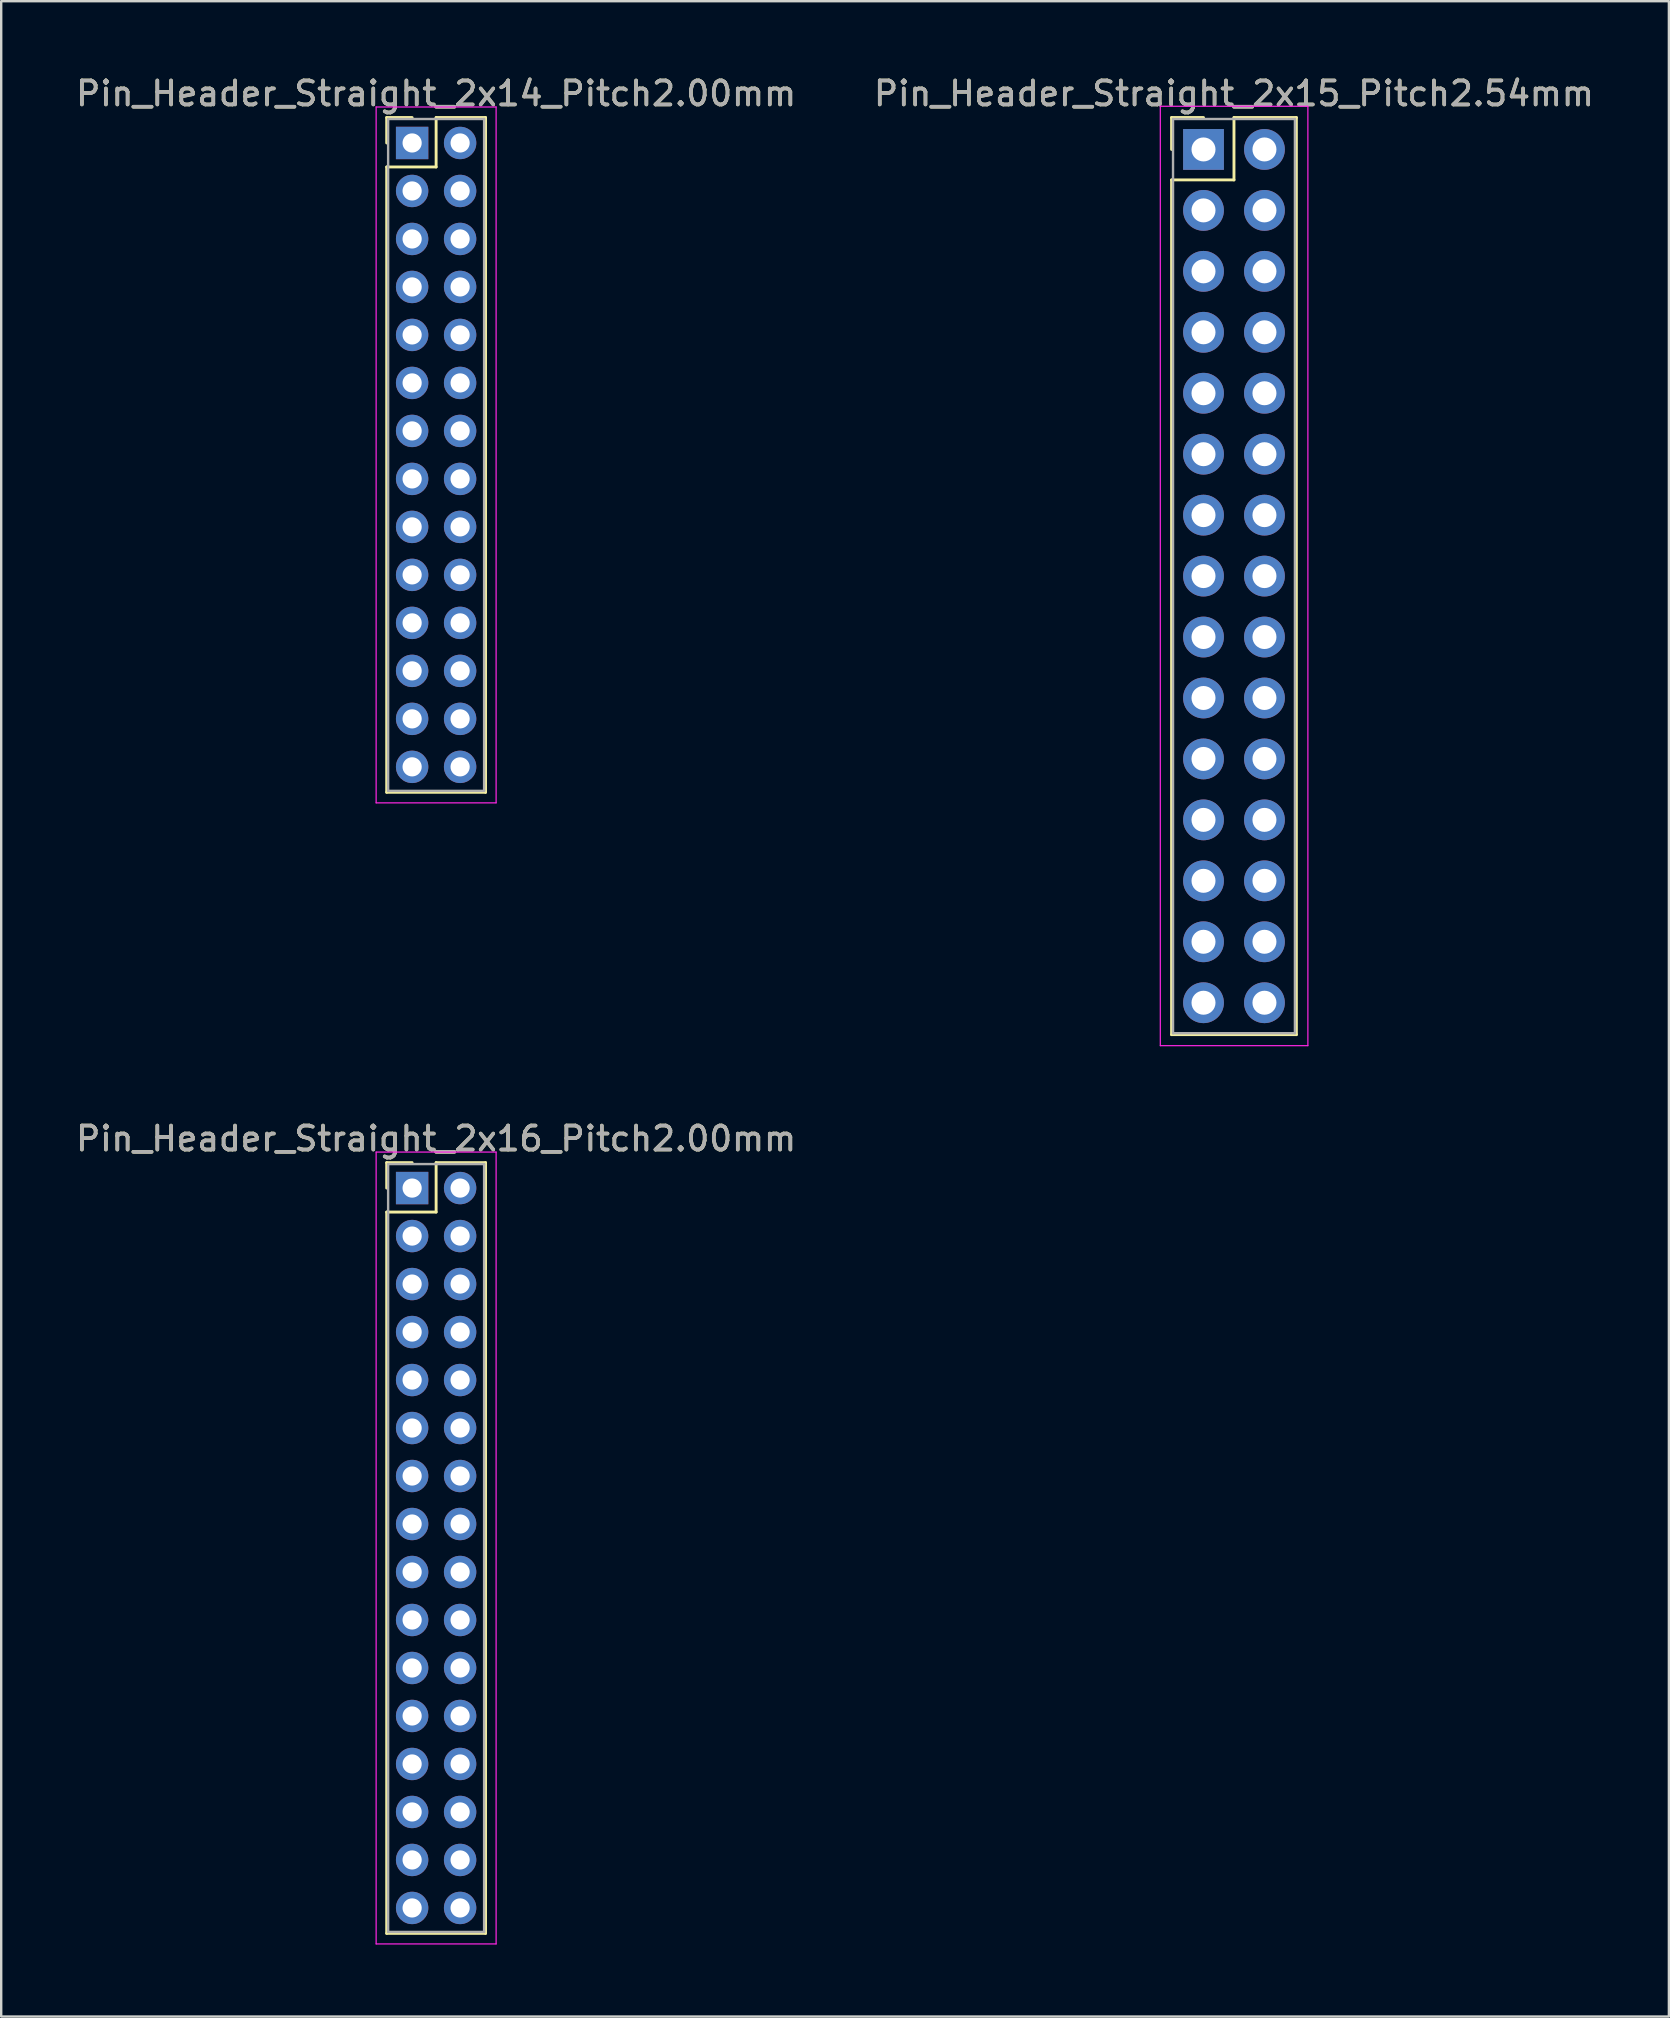
<source format=kicad_pcb>
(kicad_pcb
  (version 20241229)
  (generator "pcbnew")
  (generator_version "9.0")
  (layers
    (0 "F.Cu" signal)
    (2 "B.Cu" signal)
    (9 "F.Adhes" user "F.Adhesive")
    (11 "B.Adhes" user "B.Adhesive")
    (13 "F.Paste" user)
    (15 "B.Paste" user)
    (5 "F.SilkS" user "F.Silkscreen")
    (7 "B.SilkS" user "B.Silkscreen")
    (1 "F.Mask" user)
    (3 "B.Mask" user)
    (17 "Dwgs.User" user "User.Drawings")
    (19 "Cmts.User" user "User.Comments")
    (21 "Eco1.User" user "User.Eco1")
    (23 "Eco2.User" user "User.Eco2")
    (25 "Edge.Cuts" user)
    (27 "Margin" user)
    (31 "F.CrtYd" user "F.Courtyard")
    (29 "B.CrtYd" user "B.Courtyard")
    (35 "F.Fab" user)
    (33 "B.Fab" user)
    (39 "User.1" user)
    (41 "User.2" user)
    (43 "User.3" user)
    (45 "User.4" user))
  (footprint "Pin_Header_Straight_2x14_Pitch2.00mm"
    (layer "F.Cu")
    (at 14.125 2.908)
    (property "Reference" "Pin_Header_Straight_2x14_Pitch2.00mm" (at 1 -2.06 0) (layer "F.SilkS") (effects (font (size 1 1) (thickness 0.15))))
    (attr through_hole)
    (fp_line (start -1.06 -1.06) (end 0 -1.06) (stroke (width 0.12) (type solid)) (layer "F.SilkS"))
    (fp_line (start -1.06 0) (end -1.06 -1.06) (stroke (width 0.12) (type solid)) (layer "F.SilkS"))
    (fp_line (start -1.06 1) (end -1.06 27.06) (stroke (width 0.12) (type solid)) (layer "F.SilkS"))
    (fp_line (start -1.06 27.06) (end 3.06 27.06) (stroke (width 0.12) (type solid)) (layer "F.SilkS"))
    (fp_line (start 1 -1.06) (end 1 1) (stroke (width 0.12) (type solid)) (layer "F.SilkS"))
    (fp_line (start 1 1) (end -1.06 1) (stroke (width 0.12) (type solid)) (layer "F.SilkS"))
    (fp_line (start 3.06 -1.06) (end 1 -1.06) (stroke (width 0.12) (type solid)) (layer "F.SilkS"))
    (fp_line (start 3.06 27.06) (end 3.06 -1.06) (stroke (width 0.12) (type solid)) (layer "F.SilkS"))
    (fp_line (start -1.5 -1.5) (end -1.5 27.5) (stroke (width 0.05) (type solid)) (layer "F.CrtYd"))
    (fp_line (start -1.5 27.5) (end 3.5 27.5) (stroke (width 0.05) (type solid)) (layer "F.CrtYd"))
    (fp_line (start 3.5 -1.5) (end -1.5 -1.5) (stroke (width 0.05) (type solid)) (layer "F.CrtYd"))
    (fp_line (start 3.5 27.5) (end 3.5 -1.5) (stroke (width 0.05) (type solid)) (layer "F.CrtYd"))
    (fp_line (start -1 -1) (end -1 27) (stroke (width 0.1) (type solid)) (layer "F.Fab"))
    (fp_line (start -1 27) (end 3 27) (stroke (width 0.1) (type solid)) (layer "F.Fab"))
    (fp_line (start 3 -1) (end -1 -1) (stroke (width 0.1) (type solid)) (layer "F.Fab"))
    (fp_line (start 3 27) (end 3 -1) (stroke (width 0.1) (type solid)) (layer "F.Fab"))
    (fp_text user "${REFERENCE}" (at 1 -2.06 0) (layer "F.Fab") (effects (font (size 1 1) (thickness 0.15))))
    (pad "1" thru_hole rect (at 0 0) (size 1.35 1.35) (drill 0.8) (layers "*.Cu" "*.Mask"))
    (pad "2" thru_hole oval (at 2 0) (size 1.35 1.35) (drill 0.8) (layers "*.Cu" "*.Mask"))
    (pad "3" thru_hole oval (at 0 2) (size 1.35 1.35) (drill 0.8) (layers "*.Cu" "*.Mask"))
    (pad "4" thru_hole oval (at 2 2) (size 1.35 1.35) (drill 0.8) (layers "*.Cu" "*.Mask"))
    (pad "5" thru_hole oval (at 0 4) (size 1.35 1.35) (drill 0.8) (layers "*.Cu" "*.Mask"))
    (pad "6" thru_hole oval (at 2 4) (size 1.35 1.35) (drill 0.8) (layers "*.Cu" "*.Mask"))
    (pad "7" thru_hole oval (at 0 6) (size 1.35 1.35) (drill 0.8) (layers "*.Cu" "*.Mask"))
    (pad "8" thru_hole oval (at 2 6) (size 1.35 1.35) (drill 0.8) (layers "*.Cu" "*.Mask"))
    (pad "9" thru_hole oval (at 0 8) (size 1.35 1.35) (drill 0.8) (layers "*.Cu" "*.Mask"))
    (pad "10" thru_hole oval (at 2 8) (size 1.35 1.35) (drill 0.8) (layers "*.Cu" "*.Mask"))
    (pad "11" thru_hole oval (at 0 10) (size 1.35 1.35) (drill 0.8) (layers "*.Cu" "*.Mask"))
    (pad "12" thru_hole oval (at 2 10) (size 1.35 1.35) (drill 0.8) (layers "*.Cu" "*.Mask"))
    (pad "13" thru_hole oval (at 0 12) (size 1.35 1.35) (drill 0.8) (layers "*.Cu" "*.Mask"))
    (pad "14" thru_hole oval (at 2 12) (size 1.35 1.35) (drill 0.8) (layers "*.Cu" "*.Mask"))
    (pad "15" thru_hole oval (at 0 14) (size 1.35 1.35) (drill 0.8) (layers "*.Cu" "*.Mask"))
    (pad "16" thru_hole oval (at 2 14) (size 1.35 1.35) (drill 0.8) (layers "*.Cu" "*.Mask"))
    (pad "17" thru_hole oval (at 0 16) (size 1.35 1.35) (drill 0.8) (layers "*.Cu" "*.Mask"))
    (pad "18" thru_hole oval (at 2 16) (size 1.35 1.35) (drill 0.8) (layers "*.Cu" "*.Mask"))
    (pad "19" thru_hole oval (at 0 18) (size 1.35 1.35) (drill 0.8) (layers "*.Cu" "*.Mask"))
    (pad "20" thru_hole oval (at 2 18) (size 1.35 1.35) (drill 0.8) (layers "*.Cu" "*.Mask"))
    (pad "21" thru_hole oval (at 0 20) (size 1.35 1.35) (drill 0.8) (layers "*.Cu" "*.Mask"))
    (pad "22" thru_hole oval (at 2 20) (size 1.35 1.35) (drill 0.8) (layers "*.Cu" "*.Mask"))
    (pad "23" thru_hole oval (at 0 22) (size 1.35 1.35) (drill 0.8) (layers "*.Cu" "*.Mask"))
    (pad "24" thru_hole oval (at 2 22) (size 1.35 1.35) (drill 0.8) (layers "*.Cu" "*.Mask"))
    (pad "25" thru_hole oval (at 0 24) (size 1.35 1.35) (drill 0.8) (layers "*.Cu" "*.Mask"))
    (pad "26" thru_hole oval (at 2 24) (size 1.35 1.35) (drill 0.8) (layers "*.Cu" "*.Mask"))
    (pad "27" thru_hole oval (at 0 26) (size 1.35 1.35) (drill 0.8) (layers "*.Cu" "*.Mask"))
    (pad "28" thru_hole oval (at 2 26) (size 1.35 1.35) (drill 0.8) (layers "*.Cu" "*.Mask")))
  (footprint "Pin_Header_Straight_2x15_Pitch2.54mm"
    (layer "F.Cu")
    (at 47.105 3.178)
    (property "Reference" "Pin_Header_Straight_2x15_Pitch2.54mm" (at 1.27 -2.33 0) (layer "F.SilkS") (effects (font (size 1 1) (thickness 0.15))))
    (attr through_hole)
    (fp_line (start -1.33 -1.33) (end 0 -1.33) (stroke (width 0.12) (type solid)) (layer "F.SilkS"))
    (fp_line (start -1.33 0) (end -1.33 -1.33) (stroke (width 0.12) (type solid)) (layer "F.SilkS"))
    (fp_line (start -1.33 1.27) (end -1.33 36.89) (stroke (width 0.12) (type solid)) (layer "F.SilkS"))
    (fp_line (start -1.33 36.89) (end 3.87 36.89) (stroke (width 0.12) (type solid)) (layer "F.SilkS"))
    (fp_line (start 1.27 -1.33) (end 1.27 1.27) (stroke (width 0.12) (type solid)) (layer "F.SilkS"))
    (fp_line (start 1.27 1.27) (end -1.33 1.27) (stroke (width 0.12) (type solid)) (layer "F.SilkS"))
    (fp_line (start 3.87 -1.33) (end 1.27 -1.33) (stroke (width 0.12) (type solid)) (layer "F.SilkS"))
    (fp_line (start 3.87 36.89) (end 3.87 -1.33) (stroke (width 0.12) (type solid)) (layer "F.SilkS"))
    (fp_line (start -1.8 -1.8) (end -1.8 37.35) (stroke (width 0.05) (type solid)) (layer "F.CrtYd"))
    (fp_line (start -1.8 37.35) (end 4.35 37.35) (stroke (width 0.05) (type solid)) (layer "F.CrtYd"))
    (fp_line (start 4.35 -1.8) (end -1.8 -1.8) (stroke (width 0.05) (type solid)) (layer "F.CrtYd"))
    (fp_line (start 4.35 37.35) (end 4.35 -1.8) (stroke (width 0.05) (type solid)) (layer "F.CrtYd"))
    (fp_line (start -1.27 -1.27) (end -1.27 36.83) (stroke (width 0.1) (type solid)) (layer "F.Fab"))
    (fp_line (start -1.27 36.83) (end 3.81 36.83) (stroke (width 0.1) (type solid)) (layer "F.Fab"))
    (fp_line (start 3.81 -1.27) (end -1.27 -1.27) (stroke (width 0.1) (type solid)) (layer "F.Fab"))
    (fp_line (start 3.81 36.83) (end 3.81 -1.27) (stroke (width 0.1) (type solid)) (layer "F.Fab"))
    (fp_text user "${REFERENCE}" (at 1.27 -2.33 0) (layer "F.Fab") (effects (font (size 1 1) (thickness 0.15))))
    (pad "1" thru_hole rect (at 0 0) (size 1.7 1.7) (drill 1) (layers "*.Cu" "*.Mask"))
    (pad "2" thru_hole oval (at 2.54 0) (size 1.7 1.7) (drill 1) (layers "*.Cu" "*.Mask"))
    (pad "3" thru_hole oval (at 0 2.54) (size 1.7 1.7) (drill 1) (layers "*.Cu" "*.Mask"))
    (pad "4" thru_hole oval (at 2.54 2.54) (size 1.7 1.7) (drill 1) (layers "*.Cu" "*.Mask"))
    (pad "5" thru_hole oval (at 0 5.08) (size 1.7 1.7) (drill 1) (layers "*.Cu" "*.Mask"))
    (pad "6" thru_hole oval (at 2.54 5.08) (size 1.7 1.7) (drill 1) (layers "*.Cu" "*.Mask"))
    (pad "7" thru_hole oval (at 0 7.62) (size 1.7 1.7) (drill 1) (layers "*.Cu" "*.Mask"))
    (pad "8" thru_hole oval (at 2.54 7.62) (size 1.7 1.7) (drill 1) (layers "*.Cu" "*.Mask"))
    (pad "9" thru_hole oval (at 0 10.16) (size 1.7 1.7) (drill 1) (layers "*.Cu" "*.Mask"))
    (pad "10" thru_hole oval (at 2.54 10.16) (size 1.7 1.7) (drill 1) (layers "*.Cu" "*.Mask"))
    (pad "11" thru_hole oval (at 0 12.7) (size 1.7 1.7) (drill 1) (layers "*.Cu" "*.Mask"))
    (pad "12" thru_hole oval (at 2.54 12.7) (size 1.7 1.7) (drill 1) (layers "*.Cu" "*.Mask"))
    (pad "13" thru_hole oval (at 0 15.24) (size 1.7 1.7) (drill 1) (layers "*.Cu" "*.Mask"))
    (pad "14" thru_hole oval (at 2.54 15.24) (size 1.7 1.7) (drill 1) (layers "*.Cu" "*.Mask"))
    (pad "15" thru_hole oval (at 0 17.78) (size 1.7 1.7) (drill 1) (layers "*.Cu" "*.Mask"))
    (pad "16" thru_hole oval (at 2.54 17.78) (size 1.7 1.7) (drill 1) (layers "*.Cu" "*.Mask"))
    (pad "17" thru_hole oval (at 0 20.32) (size 1.7 1.7) (drill 1) (layers "*.Cu" "*.Mask"))
    (pad "18" thru_hole oval (at 2.54 20.32) (size 1.7 1.7) (drill 1) (layers "*.Cu" "*.Mask"))
    (pad "19" thru_hole oval (at 0 22.86) (size 1.7 1.7) (drill 1) (layers "*.Cu" "*.Mask"))
    (pad "20" thru_hole oval (at 2.54 22.86) (size 1.7 1.7) (drill 1) (layers "*.Cu" "*.Mask"))
    (pad "21" thru_hole oval (at 0 25.4) (size 1.7 1.7) (drill 1) (layers "*.Cu" "*.Mask"))
    (pad "22" thru_hole oval (at 2.54 25.4) (size 1.7 1.7) (drill 1) (layers "*.Cu" "*.Mask"))
    (pad "23" thru_hole oval (at 0 27.94) (size 1.7 1.7) (drill 1) (layers "*.Cu" "*.Mask"))
    (pad "24" thru_hole oval (at 2.54 27.94) (size 1.7 1.7) (drill 1) (layers "*.Cu" "*.Mask"))
    (pad "25" thru_hole oval (at 0 30.48) (size 1.7 1.7) (drill 1) (layers "*.Cu" "*.Mask"))
    (pad "26" thru_hole oval (at 2.54 30.48) (size 1.7 1.7) (drill 1) (layers "*.Cu" "*.Mask"))
    (pad "27" thru_hole oval (at 0 33.02) (size 1.7 1.7) (drill 1) (layers "*.Cu" "*.Mask"))
    (pad "28" thru_hole oval (at 2.54 33.02) (size 1.7 1.7) (drill 1) (layers "*.Cu" "*.Mask"))
    (pad "29" thru_hole oval (at 0 35.56) (size 1.7 1.7) (drill 1) (layers "*.Cu" "*.Mask"))
    (pad "30" thru_hole oval (at 2.54 35.56) (size 1.7 1.7) (drill 1) (layers "*.Cu" "*.Mask")))
  (footprint "Pin_Header_Straight_2x16_Pitch2.00mm"
    (layer "F.Cu")
    (at 14.125 46.462)
    (property "Reference" "Pin_Header_Straight_2x16_Pitch2.00mm" (at 1 -2.06 0) (layer "F.SilkS") (effects (font (size 1 1) (thickness 0.15))))
    (attr through_hole)
    (fp_line (start -1.06 -1.06) (end 0 -1.06) (stroke (width 0.12) (type solid)) (layer "F.SilkS"))
    (fp_line (start -1.06 0) (end -1.06 -1.06) (stroke (width 0.12) (type solid)) (layer "F.SilkS"))
    (fp_line (start -1.06 1) (end -1.06 31.06) (stroke (width 0.12) (type solid)) (layer "F.SilkS"))
    (fp_line (start -1.06 31.06) (end 3.06 31.06) (stroke (width 0.12) (type solid)) (layer "F.SilkS"))
    (fp_line (start 1 -1.06) (end 1 1) (stroke (width 0.12) (type solid)) (layer "F.SilkS"))
    (fp_line (start 1 1) (end -1.06 1) (stroke (width 0.12) (type solid)) (layer "F.SilkS"))
    (fp_line (start 3.06 -1.06) (end 1 -1.06) (stroke (width 0.12) (type solid)) (layer "F.SilkS"))
    (fp_line (start 3.06 31.06) (end 3.06 -1.06) (stroke (width 0.12) (type solid)) (layer "F.SilkS"))
    (fp_line (start -1.5 -1.5) (end -1.5 31.5) (stroke (width 0.05) (type solid)) (layer "F.CrtYd"))
    (fp_line (start -1.5 31.5) (end 3.5 31.5) (stroke (width 0.05) (type solid)) (layer "F.CrtYd"))
    (fp_line (start 3.5 -1.5) (end -1.5 -1.5) (stroke (width 0.05) (type solid)) (layer "F.CrtYd"))
    (fp_line (start 3.5 31.5) (end 3.5 -1.5) (stroke (width 0.05) (type solid)) (layer "F.CrtYd"))
    (fp_line (start -1 -1) (end -1 31) (stroke (width 0.1) (type solid)) (layer "F.Fab"))
    (fp_line (start -1 31) (end 3 31) (stroke (width 0.1) (type solid)) (layer "F.Fab"))
    (fp_line (start 3 -1) (end -1 -1) (stroke (width 0.1) (type solid)) (layer "F.Fab"))
    (fp_line (start 3 31) (end 3 -1) (stroke (width 0.1) (type solid)) (layer "F.Fab"))
    (fp_text user "${REFERENCE}" (at 1 -2.06 0) (layer "F.Fab") (effects (font (size 1 1) (thickness 0.15))))
    (pad "1" thru_hole rect (at 0 0) (size 1.35 1.35) (drill 0.8) (layers "*.Cu" "*.Mask"))
    (pad "2" thru_hole oval (at 2 0) (size 1.35 1.35) (drill 0.8) (layers "*.Cu" "*.Mask"))
    (pad "3" thru_hole oval (at 0 2) (size 1.35 1.35) (drill 0.8) (layers "*.Cu" "*.Mask"))
    (pad "4" thru_hole oval (at 2 2) (size 1.35 1.35) (drill 0.8) (layers "*.Cu" "*.Mask"))
    (pad "5" thru_hole oval (at 0 4) (size 1.35 1.35) (drill 0.8) (layers "*.Cu" "*.Mask"))
    (pad "6" thru_hole oval (at 2 4) (size 1.35 1.35) (drill 0.8) (layers "*.Cu" "*.Mask"))
    (pad "7" thru_hole oval (at 0 6) (size 1.35 1.35) (drill 0.8) (layers "*.Cu" "*.Mask"))
    (pad "8" thru_hole oval (at 2 6) (size 1.35 1.35) (drill 0.8) (layers "*.Cu" "*.Mask"))
    (pad "9" thru_hole oval (at 0 8) (size 1.35 1.35) (drill 0.8) (layers "*.Cu" "*.Mask"))
    (pad "10" thru_hole oval (at 2 8) (size 1.35 1.35) (drill 0.8) (layers "*.Cu" "*.Mask"))
    (pad "11" thru_hole oval (at 0 10) (size 1.35 1.35) (drill 0.8) (layers "*.Cu" "*.Mask"))
    (pad "12" thru_hole oval (at 2 10) (size 1.35 1.35) (drill 0.8) (layers "*.Cu" "*.Mask"))
    (pad "13" thru_hole oval (at 0 12) (size 1.35 1.35) (drill 0.8) (layers "*.Cu" "*.Mask"))
    (pad "14" thru_hole oval (at 2 12) (size 1.35 1.35) (drill 0.8) (layers "*.Cu" "*.Mask"))
    (pad "15" thru_hole oval (at 0 14) (size 1.35 1.35) (drill 0.8) (layers "*.Cu" "*.Mask"))
    (pad "16" thru_hole oval (at 2 14) (size 1.35 1.35) (drill 0.8) (layers "*.Cu" "*.Mask"))
    (pad "17" thru_hole oval (at 0 16) (size 1.35 1.35) (drill 0.8) (layers "*.Cu" "*.Mask"))
    (pad "18" thru_hole oval (at 2 16) (size 1.35 1.35) (drill 0.8) (layers "*.Cu" "*.Mask"))
    (pad "19" thru_hole oval (at 0 18) (size 1.35 1.35) (drill 0.8) (layers "*.Cu" "*.Mask"))
    (pad "20" thru_hole oval (at 2 18) (size 1.35 1.35) (drill 0.8) (layers "*.Cu" "*.Mask"))
    (pad "21" thru_hole oval (at 0 20) (size 1.35 1.35) (drill 0.8) (layers "*.Cu" "*.Mask"))
    (pad "22" thru_hole oval (at 2 20) (size 1.35 1.35) (drill 0.8) (layers "*.Cu" "*.Mask"))
    (pad "23" thru_hole oval (at 0 22) (size 1.35 1.35) (drill 0.8) (layers "*.Cu" "*.Mask"))
    (pad "24" thru_hole oval (at 2 22) (size 1.35 1.35) (drill 0.8) (layers "*.Cu" "*.Mask"))
    (pad "25" thru_hole oval (at 0 24) (size 1.35 1.35) (drill 0.8) (layers "*.Cu" "*.Mask"))
    (pad "26" thru_hole oval (at 2 24) (size 1.35 1.35) (drill 0.8) (layers "*.Cu" "*.Mask"))
    (pad "27" thru_hole oval (at 0 26) (size 1.35 1.35) (drill 0.8) (layers "*.Cu" "*.Mask"))
    (pad "28" thru_hole oval (at 2 26) (size 1.35 1.35) (drill 0.8) (layers "*.Cu" "*.Mask"))
    (pad "29" thru_hole oval (at 0 28) (size 1.35 1.35) (drill 0.8) (layers "*.Cu" "*.Mask"))
    (pad "30" thru_hole oval (at 2 28) (size 1.35 1.35) (drill 0.8) (layers "*.Cu" "*.Mask"))
    (pad "31" thru_hole oval (at 0 30) (size 1.35 1.35) (drill 0.8) (layers "*.Cu" "*.Mask"))
    (pad "32" thru_hole oval (at 2 30) (size 1.35 1.35) (drill 0.8) (layers "*.Cu" "*.Mask")))
  (gr_rect
    (start -3 -3)
    (end 66.5 80.987)
    (stroke (width 0.1) (type default))
    (fill no)
    (layer "Edge.Cuts")))
</source>
